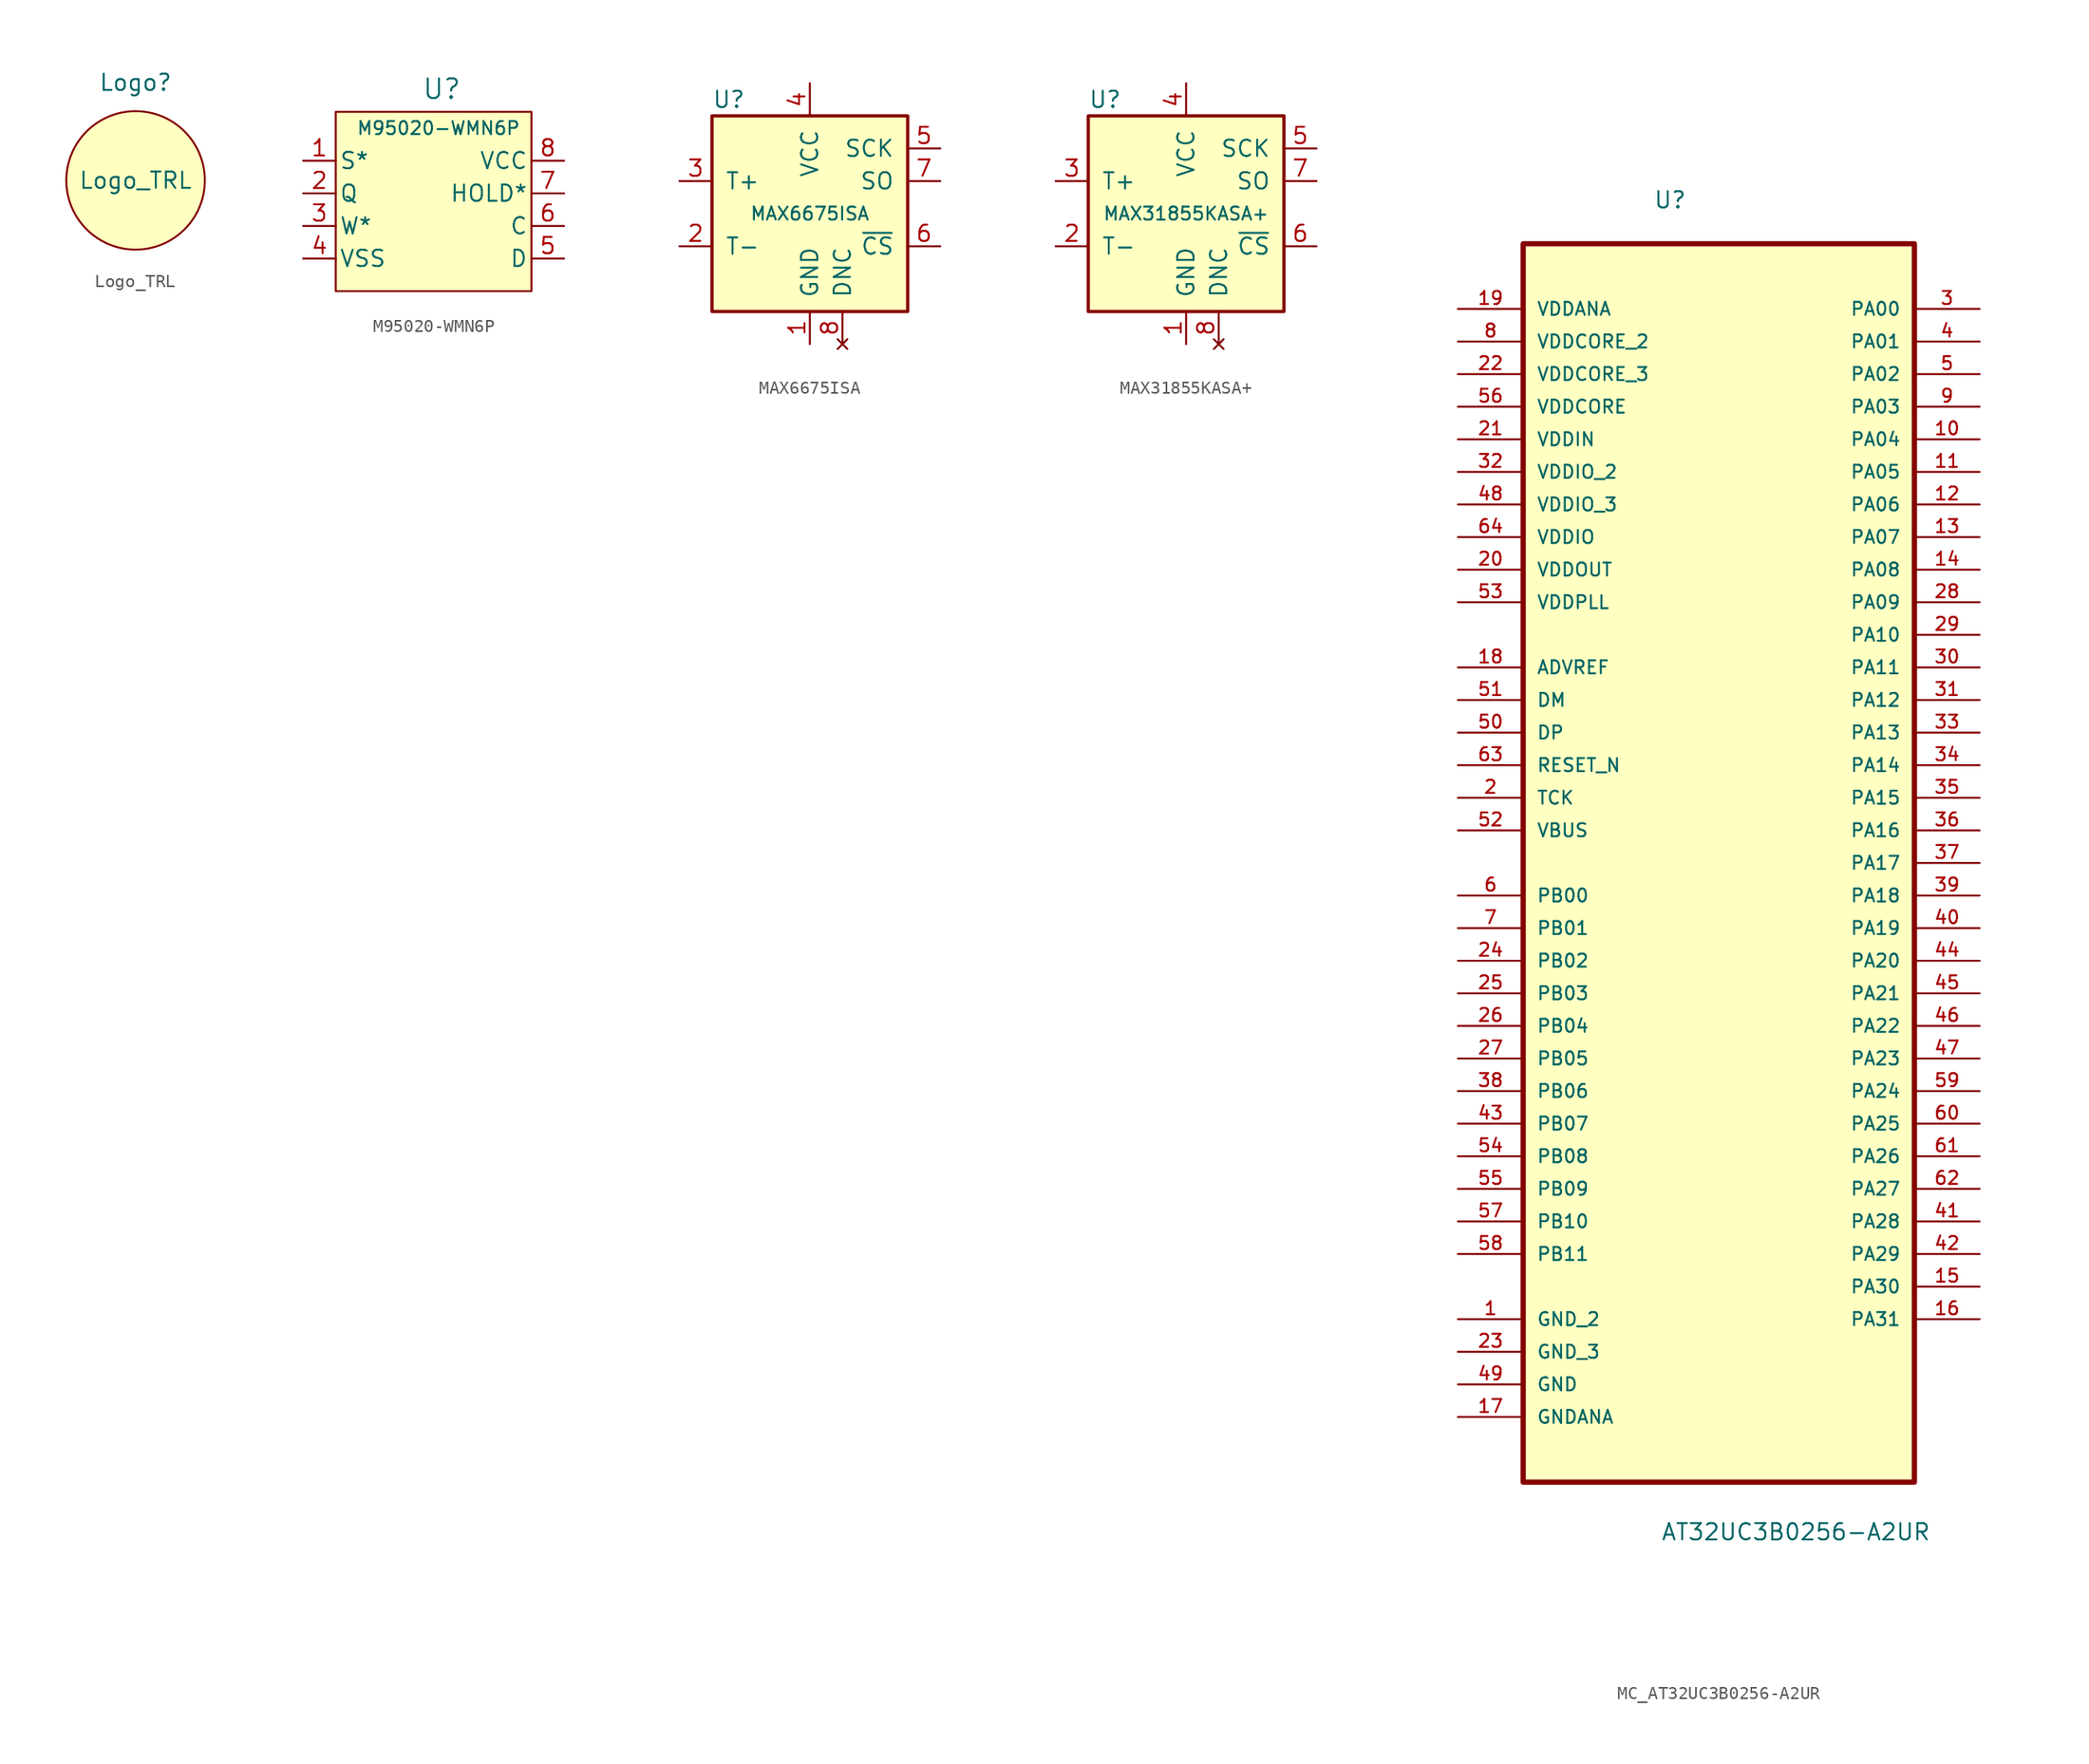
<source format=kicad_sym>
(kicad_symbol_lib
  (version 20220914)
  (generator kicad_symbol_editor)
  (symbol "Logo_TRL"
    (pin_numbers hide)
    (pin_names
      (offset 0) hide)
    (property "Reference" "Logo"
      (at 0 7.62 0)
      (effects (font (size 1.27 1.27))))
    (property "Value" "Logo_TRL"
      (at 0 0 0)
      (effects (font (size 1.27 1.27))))
    (symbol "Logo_TRL_0_1"
      (circle (center 0 0) (radius 5.388) (stroke (width 0.152) (type default)) (fill (type background)))))
  (symbol "M95020-WMN6P"
    (pin_names
      (offset 0.254))
    (property "Reference" "U"
      (at 0 9.398 0)
      (effects (font (size 1.524 1.524))))
    (property "Value" "M95020-WMN6P"
      (at -0.254 6.35 0)
      (effects (font (size 1.016 1.016))))
    (symbol "M95020-WMN6P_0_1"
      (rectangle (start -8.255 7.62) (end 6.985 -6.35) (stroke (width 0.152) (type default)) (fill (type background))))
    (symbol "M95020-WMN6P_1_1"
      (pin input line (at -10.795 3.81 0) (length 2.54) (name "S*" (effects (font (size 1.27 1.27)))) (number "1" (effects (font (size 1.27 1.27)))))
      (pin output line (at -10.795 1.27 0) (length 2.54) (name "Q" (effects (font (size 1.27 1.27)))) (number "2" (effects (font (size 1.27 1.27)))))
      (pin input line (at -10.795 -1.27 0) (length 2.54) (name "W*" (effects (font (size 1.27 1.27)))) (number "3" (effects (font (size 1.27 1.27)))))
      (pin power_in line (at -10.795 -3.81 0) (length 2.54) (name "VSS" (effects (font (size 1.27 1.27)))) (number "4" (effects (font (size 1.27 1.27)))))
      (pin input line (at 9.525 -3.81 180) (length 2.54) (name "D" (effects (font (size 1.27 1.27)))) (number "5" (effects (font (size 1.27 1.27)))))
      (pin input line (at 9.525 -1.27 180) (length 2.54) (name "C" (effects (font (size 1.27 1.27)))) (number "6" (effects (font (size 1.27 1.27)))))
      (pin input line (at 9.525 1.27 180) (length 2.54) (name "HOLD*" (effects (font (size 1.27 1.27)))) (number "7" (effects (font (size 1.27 1.27)))))
      (pin power_in line (at 9.525 3.81 180) (length 2.54) (name "VCC" (effects (font (size 1.27 1.27)))) (number "8" (effects (font (size 1.27 1.27)))))))
  (symbol "MAX6675ISA"
    (pin_names
      (offset 1.016))
    (property "Reference" "U"
      (at -7.62 8.89 0)
      (effects (font (size 1.27 1.27)) (justify left)))
    (property "Value" "MAX6675ISA"
      (at 0 0 0)
      (effects (font (size 1.016 1.016))))
    (symbol "MAX6675ISA_0_1"
      (rectangle (start -7.62 7.62) (end 7.62 -7.62) (stroke (width 0.254) (type default)) (fill (type background))))
    (symbol "MAX6675ISA_1_1"
      (pin power_in line (at 0 -10.16 90) (length 2.54) (name "GND" (effects (font (size 1.27 1.27)))) (number "1" (effects (font (size 1.27 1.27)))))
      (pin passive line (at -10.16 -2.54 0) (length 2.54) (name "T-" (effects (font (size 1.27 1.27)))) (number "2" (effects (font (size 1.27 1.27)))))
      (pin passive line (at -10.16 2.54 0) (length 2.54) (name "T+" (effects (font (size 1.27 1.27)))) (number "3" (effects (font (size 1.27 1.27)))))
      (pin power_in line (at 0 10.16 270) (length 2.54) (name "VCC" (effects (font (size 1.27 1.27)))) (number "4" (effects (font (size 1.27 1.27)))))
      (pin input line (at 10.16 5.08 180) (length 2.54) (name "SCK" (effects (font (size 1.27 1.27)))) (number "5" (effects (font (size 1.27 1.27)))))
      (pin input line (at 10.16 -2.54 180) (length 2.54) (name "~{CS}" (effects (font (size 1.27 1.27)))) (number "6" (effects (font (size 1.27 1.27)))))
      (pin tri_state line (at 10.16 2.54 180) (length 2.54) (name "SO" (effects (font (size 1.27 1.27)))) (number "7" (effects (font (size 1.27 1.27)))))
      (pin no_connect line (at 2.54 -10.16 90) (length 2.54) (name "DNC" (effects (font (size 1.27 1.27)))) (number "8" (effects (font (size 1.27 1.27)))))))
  (symbol "MAX31855KASA+"
    (pin_names
      (offset 1.016))
    (property "Reference" "U"
      (at -7.62 8.89 0)
      (effects (font (size 1.27 1.27)) (justify left)))
    (property "Value" "MAX31855KASA+"
      (at 0 0 0)
      (effects (font (size 1.016 1.016))))
    (symbol "MAX31855KASA+_0_1"
      (rectangle (start -7.62 7.62) (end 7.62 -7.62) (stroke (width 0.254) (type default)) (fill (type background))))
    (symbol "MAX31855KASA+_1_1"
      (pin power_in line (at 0 -10.16 90) (length 2.54) (name "GND" (effects (font (size 1.27 1.27)))) (number "1" (effects (font (size 1.27 1.27)))))
      (pin passive line (at -10.16 -2.54 0) (length 2.54) (name "T-" (effects (font (size 1.27 1.27)))) (number "2" (effects (font (size 1.27 1.27)))))
      (pin passive line (at -10.16 2.54 0) (length 2.54) (name "T+" (effects (font (size 1.27 1.27)))) (number "3" (effects (font (size 1.27 1.27)))))
      (pin power_in line (at 0 10.16 270) (length 2.54) (name "VCC" (effects (font (size 1.27 1.27)))) (number "4" (effects (font (size 1.27 1.27)))))
      (pin input line (at 10.16 5.08 180) (length 2.54) (name "SCK" (effects (font (size 1.27 1.27)))) (number "5" (effects (font (size 1.27 1.27)))))
      (pin input line (at 10.16 -2.54 180) (length 2.54) (name "~{CS}" (effects (font (size 1.27 1.27)))) (number "6" (effects (font (size 1.27 1.27)))))
      (pin tri_state line (at 10.16 2.54 180) (length 2.54) (name "SO" (effects (font (size 1.27 1.27)))) (number "7" (effects (font (size 1.27 1.27)))))
      (pin no_connect line (at 2.54 -10.16 90) (length 2.54) (name "DNC" (effects (font (size 1.27 1.27)))) (number "8" (effects (font (size 1.27 1.27)))))))
  (symbol "MC_AT32UC3B0256-A2UR"
    (pin_names
      (offset 1.016))
    (property "Reference" "U"
      (at -5.105 48.387 0)
      (effects (font (size 1.27 1.27)) (justify left bottom)))
    (property "Value" "AT32UC3B0256-A2UR"
      (at -4.521 -55.423 0)
      (effects (font (size 1.27 1.27)) (justify left bottom)))
    (symbol "MC_AT32UC3B0256-A2UR_0_0"
      (rectangle (start -15.24 -50.8) (end 15.24 45.72) (stroke (width 0.406) (type default)) (fill (type background)))
      (pin passive line (at -20.32 -38.1 0) (length 5.08) (name "GND_2" (effects (font (size 1.016 1.016)))) (number "1" (effects (font (size 1.016 1.016)))))
      (pin bidirectional line (at 20.32 30.48 180) (length 5.08) (name "PA04" (effects (font (size 1.016 1.016)))) (number "10" (effects (font (size 1.016 1.016)))))
      (pin bidirectional line (at 20.32 27.94 180) (length 5.08) (name "PA05" (effects (font (size 1.016 1.016)))) (number "11" (effects (font (size 1.016 1.016)))))
      (pin bidirectional line (at 20.32 25.4 180) (length 5.08) (name "PA06" (effects (font (size 1.016 1.016)))) (number "12" (effects (font (size 1.016 1.016)))))
      (pin bidirectional line (at 20.32 22.86 180) (length 5.08) (name "PA07" (effects (font (size 1.016 1.016)))) (number "13" (effects (font (size 1.016 1.016)))))
      (pin bidirectional line (at 20.32 20.32 180) (length 5.08) (name "PA08" (effects (font (size 1.016 1.016)))) (number "14" (effects (font (size 1.016 1.016)))))
      (pin bidirectional line (at 20.32 -35.56 180) (length 5.08) (name "PA30" (effects (font (size 1.016 1.016)))) (number "15" (effects (font (size 1.016 1.016)))))
      (pin bidirectional line (at 20.32 -38.1 180) (length 5.08) (name "PA31" (effects (font (size 1.016 1.016)))) (number "16" (effects (font (size 1.016 1.016)))))
      (pin passive line (at -20.32 -45.72 0) (length 5.08) (name "GNDANA" (effects (font (size 1.016 1.016)))) (number "17" (effects (font (size 1.016 1.016)))))
      (pin input line (at -20.32 12.7 0) (length 5.08) (name "ADVREF" (effects (font (size 1.016 1.016)))) (number "18" (effects (font (size 1.016 1.016)))))
      (pin power_in line (at -20.32 40.64 0) (length 5.08) (name "VDDANA" (effects (font (size 1.016 1.016)))) (number "19" (effects (font (size 1.016 1.016)))))
      (pin input line (at -20.32 2.54 0) (length 5.08) (name "TCK" (effects (font (size 1.016 1.016)))) (number "2" (effects (font (size 1.016 1.016)))))
      (pin power_in line (at -20.32 20.32 0) (length 5.08) (name "VDDOUT" (effects (font (size 1.016 1.016)))) (number "20" (effects (font (size 1.016 1.016)))))
      (pin power_in line (at -20.32 30.48 0) (length 5.08) (name "VDDIN" (effects (font (size 1.016 1.016)))) (number "21" (effects (font (size 1.016 1.016)))))
      (pin power_in line (at -20.32 35.56 0) (length 5.08) (name "VDDCORE_3" (effects (font (size 1.016 1.016)))) (number "22" (effects (font (size 1.016 1.016)))))
      (pin passive line (at -20.32 -40.64 0) (length 5.08) (name "GND_3" (effects (font (size 1.016 1.016)))) (number "23" (effects (font (size 1.016 1.016)))))
      (pin bidirectional line (at -20.32 -10.16 0) (length 5.08) (name "PB02" (effects (font (size 1.016 1.016)))) (number "24" (effects (font (size 1.016 1.016)))))
      (pin bidirectional line (at -20.32 -12.7 0) (length 5.08) (name "PB03" (effects (font (size 1.016 1.016)))) (number "25" (effects (font (size 1.016 1.016)))))
      (pin bidirectional line (at -20.32 -15.24 0) (length 5.08) (name "PB04" (effects (font (size 1.016 1.016)))) (number "26" (effects (font (size 1.016 1.016)))))
      (pin bidirectional line (at -20.32 -17.78 0) (length 5.08) (name "PB05" (effects (font (size 1.016 1.016)))) (number "27" (effects (font (size 1.016 1.016)))))
      (pin bidirectional line (at 20.32 17.78 180) (length 5.08) (name "PA09" (effects (font (size 1.016 1.016)))) (number "28" (effects (font (size 1.016 1.016)))))
      (pin bidirectional line (at 20.32 15.24 180) (length 5.08) (name "PA10" (effects (font (size 1.016 1.016)))) (number "29" (effects (font (size 1.016 1.016)))))
      (pin bidirectional line (at 20.32 40.64 180) (length 5.08) (name "PA00" (effects (font (size 1.016 1.016)))) (number "3" (effects (font (size 1.016 1.016)))))
      (pin bidirectional line (at 20.32 12.7 180) (length 5.08) (name "PA11" (effects (font (size 1.016 1.016)))) (number "30" (effects (font (size 1.016 1.016)))))
      (pin bidirectional line (at 20.32 10.16 180) (length 5.08) (name "PA12" (effects (font (size 1.016 1.016)))) (number "31" (effects (font (size 1.016 1.016)))))
      (pin power_in line (at -20.32 27.94 0) (length 5.08) (name "VDDIO_2" (effects (font (size 1.016 1.016)))) (number "32" (effects (font (size 1.016 1.016)))))
      (pin bidirectional line (at 20.32 7.62 180) (length 5.08) (name "PA13" (effects (font (size 1.016 1.016)))) (number "33" (effects (font (size 1.016 1.016)))))
      (pin bidirectional line (at 20.32 5.08 180) (length 5.08) (name "PA14" (effects (font (size 1.016 1.016)))) (number "34" (effects (font (size 1.016 1.016)))))
      (pin bidirectional line (at 20.32 2.54 180) (length 5.08) (name "PA15" (effects (font (size 1.016 1.016)))) (number "35" (effects (font (size 1.016 1.016)))))
      (pin bidirectional line (at 20.32 0 180) (length 5.08) (name "PA16" (effects (font (size 1.016 1.016)))) (number "36" (effects (font (size 1.016 1.016)))))
      (pin bidirectional line (at 20.32 -2.54 180) (length 5.08) (name "PA17" (effects (font (size 1.016 1.016)))) (number "37" (effects (font (size 1.016 1.016)))))
      (pin bidirectional line (at -20.32 -20.32 0) (length 5.08) (name "PB06" (effects (font (size 1.016 1.016)))) (number "38" (effects (font (size 1.016 1.016)))))
      (pin bidirectional line (at 20.32 -5.08 180) (length 5.08) (name "PA18" (effects (font (size 1.016 1.016)))) (number "39" (effects (font (size 1.016 1.016)))))
      (pin bidirectional line (at 20.32 38.1 180) (length 5.08) (name "PA01" (effects (font (size 1.016 1.016)))) (number "4" (effects (font (size 1.016 1.016)))))
      (pin bidirectional line (at 20.32 -7.62 180) (length 5.08) (name "PA19" (effects (font (size 1.016 1.016)))) (number "40" (effects (font (size 1.016 1.016)))))
      (pin bidirectional line (at 20.32 -30.48 180) (length 5.08) (name "PA28" (effects (font (size 1.016 1.016)))) (number "41" (effects (font (size 1.016 1.016)))))
      (pin bidirectional line (at 20.32 -33.02 180) (length 5.08) (name "PA29" (effects (font (size 1.016 1.016)))) (number "42" (effects (font (size 1.016 1.016)))))
      (pin bidirectional line (at -20.32 -22.86 0) (length 5.08) (name "PB07" (effects (font (size 1.016 1.016)))) (number "43" (effects (font (size 1.016 1.016)))))
      (pin bidirectional line (at 20.32 -10.16 180) (length 5.08) (name "PA20" (effects (font (size 1.016 1.016)))) (number "44" (effects (font (size 1.016 1.016)))))
      (pin bidirectional line (at 20.32 -12.7 180) (length 5.08) (name "PA21" (effects (font (size 1.016 1.016)))) (number "45" (effects (font (size 1.016 1.016)))))
      (pin bidirectional line (at 20.32 -15.24 180) (length 5.08) (name "PA22" (effects (font (size 1.016 1.016)))) (number "46" (effects (font (size 1.016 1.016)))))
      (pin bidirectional line (at 20.32 -17.78 180) (length 5.08) (name "PA23" (effects (font (size 1.016 1.016)))) (number "47" (effects (font (size 1.016 1.016)))))
      (pin power_in line (at -20.32 25.4 0) (length 5.08) (name "VDDIO_3" (effects (font (size 1.016 1.016)))) (number "48" (effects (font (size 1.016 1.016)))))
      (pin passive line (at -20.32 -43.18 0) (length 5.08) (name "GND" (effects (font (size 1.016 1.016)))) (number "49" (effects (font (size 1.016 1.016)))))
      (pin bidirectional line (at 20.32 35.56 180) (length 5.08) (name "PA02" (effects (font (size 1.016 1.016)))) (number "5" (effects (font (size 1.016 1.016)))))
      (pin passive line (at -20.32 7.62 0) (length 5.08) (name "DP" (effects (font (size 1.016 1.016)))) (number "50" (effects (font (size 1.016 1.016)))))
      (pin passive line (at -20.32 10.16 0) (length 5.08) (name "DM" (effects (font (size 1.016 1.016)))) (number "51" (effects (font (size 1.016 1.016)))))
      (pin input line (at -20.32 0 0) (length 5.08) (name "VBUS" (effects (font (size 1.016 1.016)))) (number "52" (effects (font (size 1.016 1.016)))))
      (pin power_in line (at -20.32 17.78 0) (length 5.08) (name "VDDPLL" (effects (font (size 1.016 1.016)))) (number "53" (effects (font (size 1.016 1.016)))))
      (pin bidirectional line (at -20.32 -25.4 0) (length 5.08) (name "PB08" (effects (font (size 1.016 1.016)))) (number "54" (effects (font (size 1.016 1.016)))))
      (pin bidirectional line (at -20.32 -27.94 0) (length 5.08) (name "PB09" (effects (font (size 1.016 1.016)))) (number "55" (effects (font (size 1.016 1.016)))))
      (pin power_in line (at -20.32 33.02 0) (length 5.08) (name "VDDCORE" (effects (font (size 1.016 1.016)))) (number "56" (effects (font (size 1.016 1.016)))))
      (pin bidirectional line (at -20.32 -30.48 0) (length 5.08) (name "PB10" (effects (font (size 1.016 1.016)))) (number "57" (effects (font (size 1.016 1.016)))))
      (pin bidirectional line (at -20.32 -33.02 0) (length 5.08) (name "PB11" (effects (font (size 1.016 1.016)))) (number "58" (effects (font (size 1.016 1.016)))))
      (pin bidirectional line (at 20.32 -20.32 180) (length 5.08) (name "PA24" (effects (font (size 1.016 1.016)))) (number "59" (effects (font (size 1.016 1.016)))))
      (pin bidirectional line (at -20.32 -5.08 0) (length 5.08) (name "PB00" (effects (font (size 1.016 1.016)))) (number "6" (effects (font (size 1.016 1.016)))))
      (pin bidirectional line (at 20.32 -22.86 180) (length 5.08) (name "PA25" (effects (font (size 1.016 1.016)))) (number "60" (effects (font (size 1.016 1.016)))))
      (pin bidirectional line (at 20.32 -25.4 180) (length 5.08) (name "PA26" (effects (font (size 1.016 1.016)))) (number "61" (effects (font (size 1.016 1.016)))))
      (pin bidirectional line (at 20.32 -27.94 180) (length 5.08) (name "PA27" (effects (font (size 1.016 1.016)))) (number "62" (effects (font (size 1.016 1.016)))))
      (pin input line (at -20.32 5.08 0) (length 5.08) (name "RESET_N" (effects (font (size 1.016 1.016)))) (number "63" (effects (font (size 1.016 1.016)))))
      (pin power_in line (at -20.32 22.86 0) (length 5.08) (name "VDDIO" (effects (font (size 1.016 1.016)))) (number "64" (effects (font (size 1.016 1.016)))))
      (pin bidirectional line (at -20.32 -7.62 0) (length 5.08) (name "PB01" (effects (font (size 1.016 1.016)))) (number "7" (effects (font (size 1.016 1.016)))))
      (pin power_in line (at -20.32 38.1 0) (length 5.08) (name "VDDCORE_2" (effects (font (size 1.016 1.016)))) (number "8" (effects (font (size 1.016 1.016)))))
      (pin bidirectional line (at 20.32 33.02 180) (length 5.08) (name "PA03" (effects (font (size 1.016 1.016)))) (number "9" (effects (font (size 1.016 1.016))))))))
</source>
